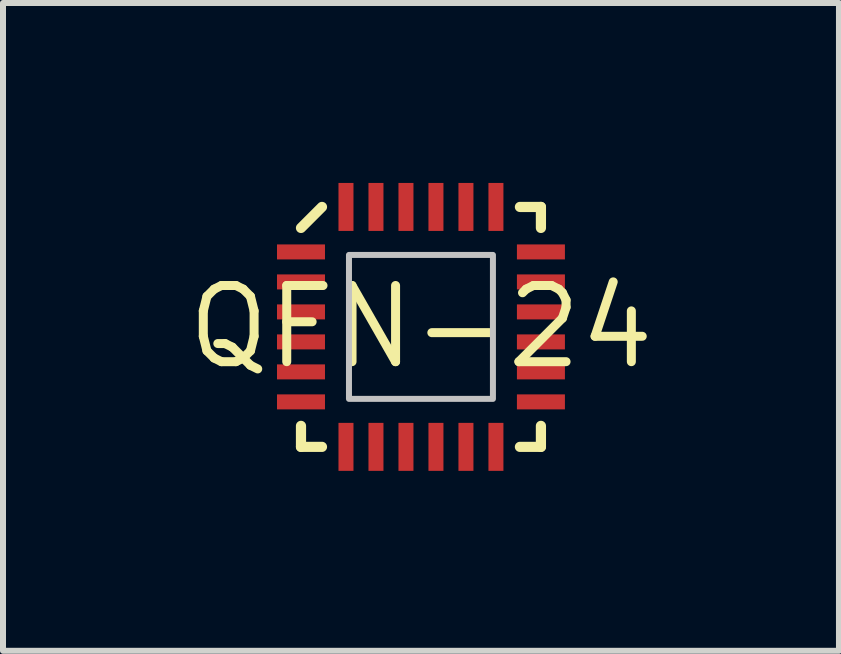
<source format=kicad_pcb>
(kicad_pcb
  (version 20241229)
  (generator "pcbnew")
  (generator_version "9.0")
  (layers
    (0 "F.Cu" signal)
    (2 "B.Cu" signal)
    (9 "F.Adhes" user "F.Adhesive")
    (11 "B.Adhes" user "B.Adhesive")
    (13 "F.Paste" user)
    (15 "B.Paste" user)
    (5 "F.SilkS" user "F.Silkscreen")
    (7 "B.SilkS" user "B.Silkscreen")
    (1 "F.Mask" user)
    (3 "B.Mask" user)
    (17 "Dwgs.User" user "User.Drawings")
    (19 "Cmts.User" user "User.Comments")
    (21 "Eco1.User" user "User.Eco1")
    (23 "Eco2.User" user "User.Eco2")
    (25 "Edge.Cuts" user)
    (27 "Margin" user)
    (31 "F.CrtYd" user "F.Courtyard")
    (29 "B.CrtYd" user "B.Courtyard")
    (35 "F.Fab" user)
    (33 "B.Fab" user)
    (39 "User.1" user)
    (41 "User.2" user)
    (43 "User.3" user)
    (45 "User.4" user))
  (footprint "QFN-24"
    (layer "F.Cu")
    (at 3.968 2.4)
    (property "Reference" "QFN-24" (at 0 0 0) (layer "F.SilkS") (effects (font (size 1.27 1.27) (thickness 0.15))))
    (attr through_hole)
    (fp_poly (pts (xy -1.2 1.2) (xy 1.2 1.2) (xy 1.2 -1.2) (xy -1.2 -1.2)) (stroke (width 0) (type solid)) (fill yes) (layer "F.Mask"))
    (fp_line (start -2 2) (end -2 1.65) (stroke (width 0.17) (type solid)) (layer "F.SilkS"))
    (fp_line (start -1.65 -2) (end -2 -1.65) (stroke (width 0.17) (type solid)) (layer "F.SilkS"))
    (fp_line (start -1.65 2) (end -2 2) (stroke (width 0.17) (type solid)) (layer "F.SilkS"))
    (fp_line (start 1.65 2) (end 2 2) (stroke (width 0.17) (type solid)) (layer "F.SilkS"))
    (fp_line (start 2 -2) (end 1.65 -2) (stroke (width 0.17) (type solid)) (layer "F.SilkS"))
    (fp_line (start 2 -1.65) (end 2 -2) (stroke (width 0.17) (type solid)) (layer "F.SilkS"))
    (fp_line (start 2 1.65) (end 2 2) (stroke (width 0.17) (type solid)) (layer "F.SilkS"))
    (fp_poly (pts (xy -1.2 1.2) (xy 1.2 1.2) (xy 1.2 -1.2) (xy -1.2 -1.2)) (stroke (width 0.1) (type solid)) (fill no) (layer "Dwgs.User"))
    (pad "1" smd rect (at -2 -1.25 180) (size 0.8 0.25) (layers "F.Cu" "F.Mask" "F.Paste"))
    (pad "2" smd rect (at -2 -0.75 180) (size 0.8 0.25) (layers "F.Cu" "F.Mask" "F.Paste"))
    (pad "3" smd rect (at -2 -0.25 180) (size 0.8 0.25) (layers "F.Cu" "F.Mask" "F.Paste"))
    (pad "4" smd rect (at -2 0.25 180) (size 0.8 0.25) (layers "F.Cu" "F.Mask" "F.Paste"))
    (pad "5" smd rect (at -2 0.75 180) (size 0.8 0.25) (layers "F.Cu" "F.Mask" "F.Paste"))
    (pad "6" smd rect (at -2 1.25 180) (size 0.8 0.25) (layers "F.Cu" "F.Mask" "F.Paste"))
    (pad "7" smd rect (at -1.25 2 90) (size 0.8 0.25) (layers "F.Cu" "F.Mask" "F.Paste"))
    (pad "8" smd rect (at -0.75 2 90) (size 0.8 0.25) (layers "F.Cu" "F.Mask" "F.Paste"))
    (pad "9" smd rect (at -0.25 2 90) (size 0.8 0.25) (layers "F.Cu" "F.Mask" "F.Paste"))
    (pad "10" smd rect (at 0.25 2 90) (size 0.8 0.25) (layers "F.Cu" "F.Mask" "F.Paste"))
    (pad "11" smd rect (at 0.75 2 90) (size 0.8 0.25) (layers "F.Cu" "F.Mask" "F.Paste"))
    (pad "12" smd rect (at 1.25 2 90) (size 0.8 0.25) (layers "F.Cu" "F.Mask" "F.Paste"))
    (pad "13" smd rect (at 2 1.25) (size 0.8 0.25) (layers "F.Cu" "F.Mask" "F.Paste"))
    (pad "14" smd rect (at 2 0.75) (size 0.8 0.25) (layers "F.Cu" "F.Mask" "F.Paste"))
    (pad "15" smd rect (at 2 0.25) (size 0.8 0.25) (layers "F.Cu" "F.Mask" "F.Paste"))
    (pad "16" smd rect (at 2 -0.25) (size 0.8 0.25) (layers "F.Cu" "F.Mask" "F.Paste"))
    (pad "17" smd rect (at 2 -0.75) (size 0.8 0.25) (layers "F.Cu" "F.Mask" "F.Paste"))
    (pad "18" smd rect (at 2 -1.25) (size 0.8 0.25) (layers "F.Cu" "F.Mask" "F.Paste"))
    (pad "19" smd rect (at 1.25 -2 270) (size 0.8 0.25) (layers "F.Cu" "F.Mask" "F.Paste"))
    (pad "20" smd rect (at 0.75 -2 270) (size 0.8 0.25) (layers "F.Cu" "F.Mask" "F.Paste"))
    (pad "21" smd rect (at 0.25 -2 270) (size 0.8 0.25) (layers "F.Cu" "F.Mask" "F.Paste"))
    (pad "22" smd rect (at -0.25 -2 270) (size 0.8 0.25) (layers "F.Cu" "F.Mask" "F.Paste"))
    (pad "23" smd rect (at -0.75 -2 270) (size 0.8 0.25) (layers "F.Cu" "F.Mask" "F.Paste"))
    (pad "24" smd rect (at -1.25 -2 270) (size 0.8 0.25) (layers "F.Cu" "F.Mask" "F.Paste")))
  (gr_rect
    (start -3 -3)
    (end 10.937 7.8)
    (stroke (width 0.1) (type default))
    (fill no)
    (layer "Edge.Cuts")))
</source>
